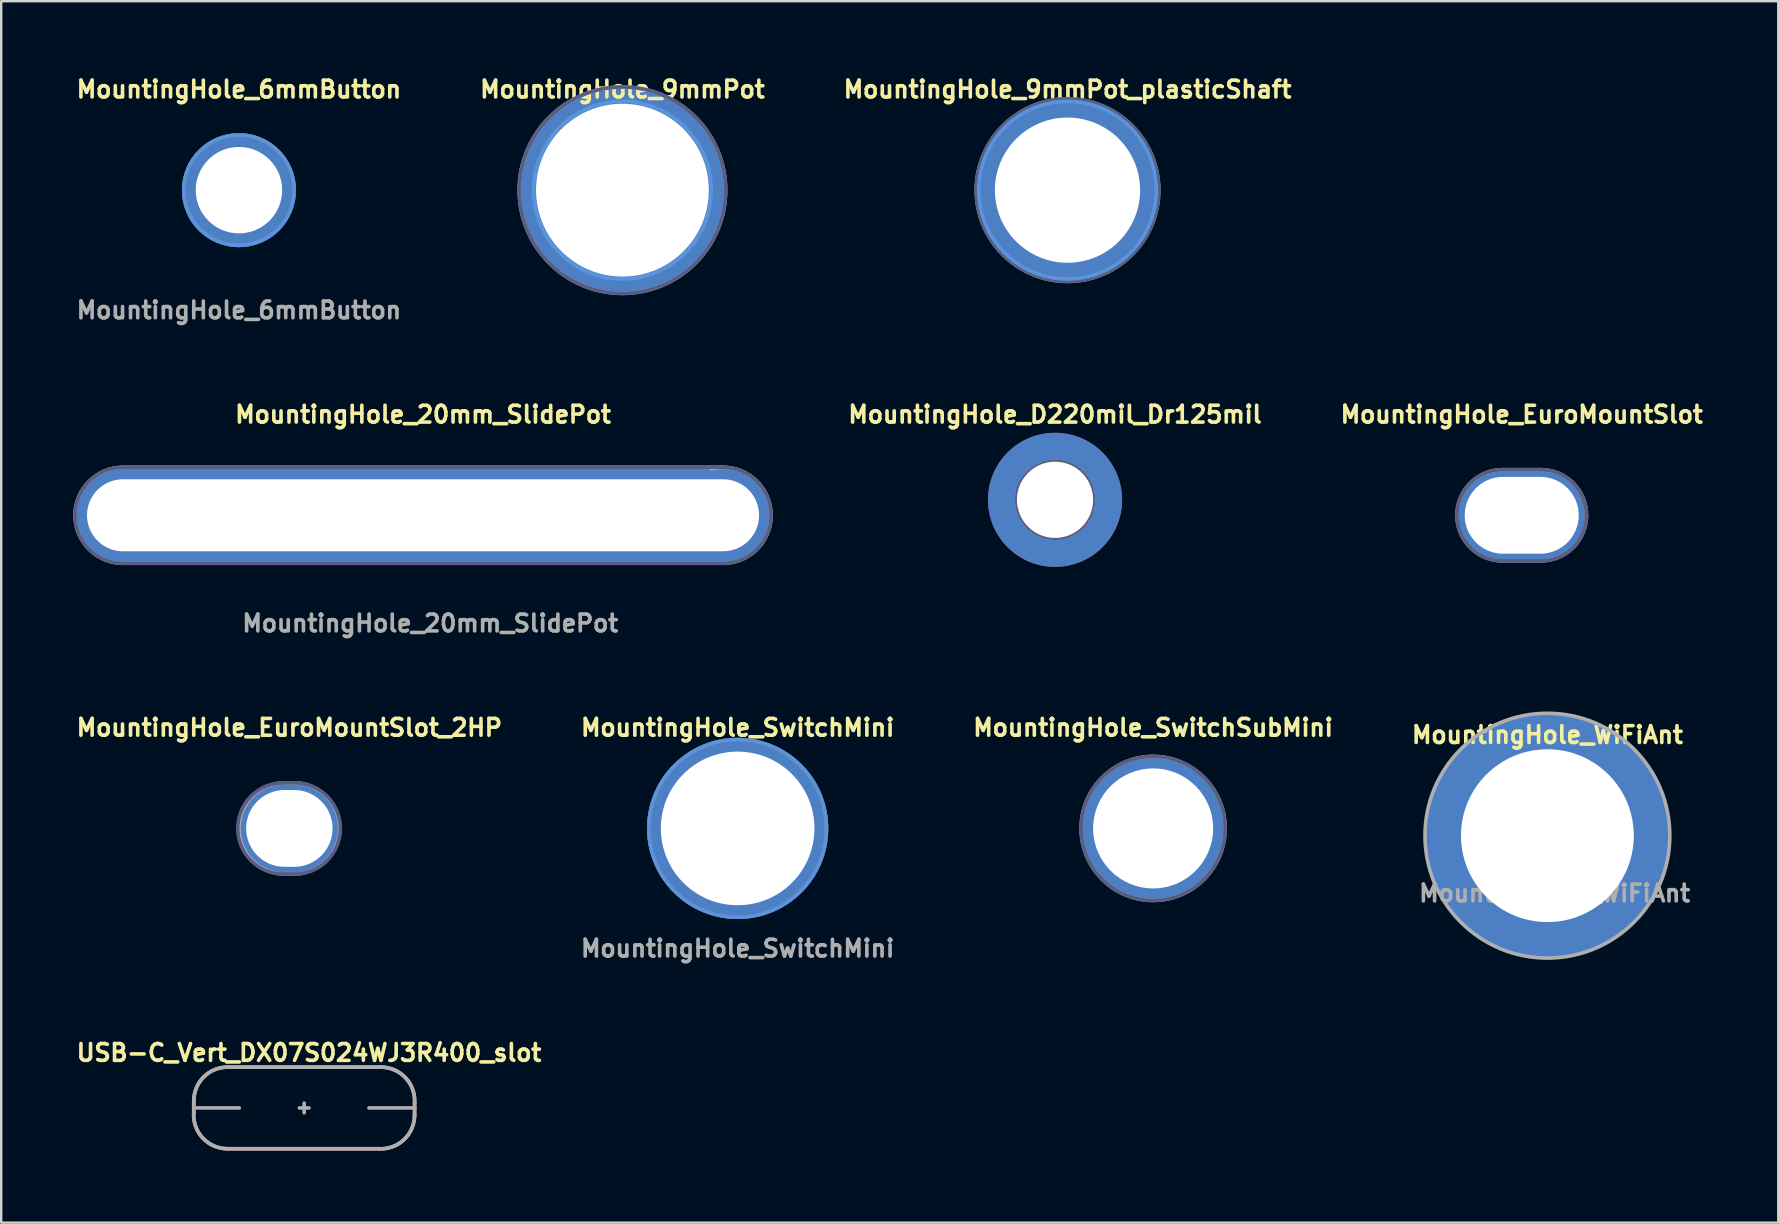
<source format=kicad_pcb>
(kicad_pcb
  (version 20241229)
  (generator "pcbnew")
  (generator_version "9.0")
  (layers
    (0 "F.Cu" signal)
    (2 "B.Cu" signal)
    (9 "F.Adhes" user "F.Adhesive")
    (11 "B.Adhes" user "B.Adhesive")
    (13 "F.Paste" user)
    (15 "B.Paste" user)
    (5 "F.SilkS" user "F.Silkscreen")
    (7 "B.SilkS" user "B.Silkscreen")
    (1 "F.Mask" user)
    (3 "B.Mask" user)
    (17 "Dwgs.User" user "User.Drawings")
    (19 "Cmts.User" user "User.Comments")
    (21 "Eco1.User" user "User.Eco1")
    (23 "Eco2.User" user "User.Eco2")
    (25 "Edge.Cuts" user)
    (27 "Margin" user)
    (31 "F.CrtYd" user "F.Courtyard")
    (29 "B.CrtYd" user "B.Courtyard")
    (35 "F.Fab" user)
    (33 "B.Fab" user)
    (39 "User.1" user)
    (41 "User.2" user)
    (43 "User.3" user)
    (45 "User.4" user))
  (footprint "MountingHole_EuroMountSlot"
    (layer "F.Cu")
    (at 60.348 18.418)
    (property "Reference" "MountingHole_EuroMountSlot" (at 0 -4.2 0) (layer "F.SilkS") (effects (font (size 0.7 0.7) (thickness 0.15))))
    (attr exclude_from_pos_files exclude_from_bom)
    (fp_line (start -1 0) (end 1 0) (stroke (width 0.15) (type solid)) (layer "B.Fab"))
    (fp_line (start -0.8 -1.9) (end 0.8 -1.9) (stroke (width 0.15) (type solid)) (layer "B.Fab"))
    (fp_line (start 0 -1) (end 0 1) (stroke (width 0.15) (type solid)) (layer "B.Fab"))
    (fp_line (start 0.8 1.9) (end -0.9 1.9) (stroke (width 0.15) (type solid)) (layer "B.Fab"))
    (fp_arc (start -0.8 1.9) (mid -2.7 0) (end -0.8 -1.9) (stroke (width 0.15) (type solid)) (layer "B.Fab"))
    (fp_arc (start 0.8 -1.9) (mid 2.7 0) (end 0.8 1.9) (stroke (width 0.15) (type solid)) (layer "B.Fab"))
    (fp_line (start -1 0) (end 1 0) (stroke (width 0.15) (type solid)) (layer "F.Fab"))
    (fp_line (start -0.8 -1.9) (end 0.8 -1.9) (stroke (width 0.15) (type solid)) (layer "F.Fab"))
    (fp_line (start 0 -1) (end 0 1) (stroke (width 0.15) (type solid)) (layer "F.Fab"))
    (fp_line (start 0.8 1.9) (end -0.9 1.9) (stroke (width 0.15) (type solid)) (layer "F.Fab"))
    (fp_arc (start -0.8 1.9) (mid -2.7 0) (end -0.8 -1.9) (stroke (width 0.15) (type solid)) (layer "F.Fab"))
    (fp_arc (start 0.8 -1.9) (mid 2.7 0) (end 0.8 1.9) (stroke (width 0.15) (type solid)) (layer "F.Fab"))
    (pad "1" thru_hole roundrect (at 0 0) (size 5.25 3.7) (drill oval 4.75 3.2) (layers "*.Cu" "*.Mask") (roundrect_rratio 0.5)))
  (footprint "MountingHole_SwitchSubMini"
    (layer "F.Cu")
    (at 44.992 31.464)
    (property "Reference" "MountingHole_SwitchSubMini" (at 0 -4.2 0) (layer "F.SilkS") (effects (font (size 0.7 0.7) (thickness 0.15))))
    (attr exclude_from_pos_files exclude_from_bom)
    (fp_circle (center 0 0) (end 3 0) (stroke (width 0.15) (type solid)) (fill no) (layer "B.Fab"))
    (fp_line (start -1 0) (end 1 0) (stroke (width 0.15) (type solid)) (layer "F.Fab"))
    (fp_line (start 0 -1) (end 0 1) (stroke (width 0.15) (type solid)) (layer "F.Fab"))
    (fp_circle (center 0 0) (end 3 0) (stroke (width 0.15) (type solid)) (fill no) (layer "F.Fab"))
    (pad "1" thru_hole circle (at 0 0) (size 6 6) (drill 5) (layers "*.Cu" "*.Mask")))
  (footprint "MountingHole_9mmPot_plasticShaft"
    (layer "F.Cu")
    (at 41.425 4.873)
    (property "Reference" "MountingHole_9mmPot_plasticShaft" (at 0 -4.2 0) (layer "F.SilkS") (effects (font (size 0.7 0.7) (thickness 0.15))))
    (attr exclude_from_pos_files exclude_from_bom)
    (fp_circle (center 0 0) (end 3.7 0) (stroke (width 0.15) (type solid)) (fill no) (layer "Cmts.User"))
    (fp_circle (center 0 0) (end 3.8 -0.1) (stroke (width 0.15) (type solid)) (fill no) (layer "B.Fab"))
    (fp_line (start -1 0) (end 1 0) (stroke (width 0.15) (type solid)) (layer "F.Fab"))
    (fp_line (start 0 -1) (end 0 1) (stroke (width 0.15) (type solid)) (layer "F.Fab"))
    (fp_circle (center 0 0) (end 3.8 -0.1) (stroke (width 0.15) (type solid)) (fill no) (layer "F.Fab"))
    (pad "1" thru_hole circle (at 0 0) (size 7.5 7.5) (drill 6.05) (layers "*.Cu" "*.Mask")))
  (footprint "MountingHole_D220mil_Dr125mil"
    (layer "F.Cu")
    (at 40.905 17.774)
    (property "Reference" "MountingHole_D220mil_Dr125mil" (at 0 -3.556 0) (layer "F.SilkS") (effects (font (size 0.7 0.7) (thickness 0.15))))
    (attr exclude_from_pos_files exclude_from_bom)
    (fp_line (start 0 -1) (end 0 1) (stroke (width 0.15) (type solid)) (layer "B.Fab"))
    (fp_line (start 1 0) (end -1 0) (stroke (width 0.15) (type solid)) (layer "B.Fab"))
    (fp_circle (center 0 0) (end 1.25 -1) (stroke (width 0.15) (type solid)) (fill no) (layer "B.Fab"))
    (fp_line (start -1 0) (end 1 0) (stroke (width 0.15) (type solid)) (layer "F.Fab"))
    (fp_line (start 0 -1) (end 0 1) (stroke (width 0.15) (type solid)) (layer "F.Fab"))
    (fp_circle (center 0 0) (end 1 -1.25) (stroke (width 0.15) (type solid)) (fill no) (layer "F.Fab"))
    (pad "1" thru_hole circle (at 0 0) (size 5.588 5.588) (drill 3.175) (layers "*.Cu" "*.Mask")))
  (footprint "USB-C_Vert_DX07S024WJ3R400_slot"
    (layer "F.Cu")
    (at 9.622 41.809)
    (property "Reference" "USB-C_Vert_DX07S024WJ3R400_slot" (at 0.2 -1 0) (layer "F.SilkS") (effects (font (size 0.7 0.7) (thickness 0.15))))
    (attr through_hole)
    (fp_line (start -4.6 1) (end -4.6 1.3) (stroke (width 0.15) (type solid)) (layer "B.SilkS"))
    (fp_line (start -4.6 1.3) (end -4.6 1.5) (stroke (width 0.15) (type solid)) (layer "B.SilkS"))
    (fp_line (start -3.2 3) (end 3.1 3) (stroke (width 0.15) (type solid)) (layer "B.SilkS"))
    (fp_line (start 3.2 -0.4) (end -3.2 -0.4) (stroke (width 0.15) (type solid)) (layer "B.SilkS"))
    (fp_line (start 4.6 1.1) (end 4.6 1.3) (stroke (width 0.15) (type solid)) (layer "B.SilkS"))
    (fp_line (start 4.6 1.3) (end 4.6 1.6) (stroke (width 0.15) (type solid)) (layer "B.SilkS"))
    (fp_arc (start -4.596165 0.998953) (mid -4.1871 0.011035) (end -3.2 -0.4) (stroke (width 0.15) (type solid)) (layer "B.SilkS"))
    (fp_arc (start -3.200716 2.999458) (mid -4.22596 2.553579) (end -4.6 1.5) (stroke (width 0.15) (type solid)) (layer "B.SilkS"))
    (fp_arc (start 3.200716 -0.399458) (mid 4.22596 0.046421) (end 4.6 1.1) (stroke (width 0.15) (type solid)) (layer "B.SilkS"))
    (fp_arc (start 4.599458 1.600716) (mid 4.153579 2.62596) (end 3.1 3) (stroke (width 0.15) (type solid)) (layer "B.SilkS"))
    (fp_line (start -4.6 1) (end -4.6 1.3) (stroke (width 0.15) (type solid)) (layer "F.Fab"))
    (fp_line (start -4.6 1.3) (end -4.6 1.5) (stroke (width 0.15) (type solid)) (layer "F.Fab"))
    (fp_line (start -4.6 1.3) (end -2.7 1.3) (stroke (width 0.15) (type solid)) (layer "F.Fab"))
    (fp_line (start -3.2 3) (end 3.1 3) (stroke (width 0.15) (type solid)) (layer "F.Fab"))
    (fp_line (start -0.2 1.3) (end 0.2 1.3) (stroke (width 0.15) (type solid)) (layer "F.Fab"))
    (fp_line (start 0 1.1) (end 0 1.5) (stroke (width 0.15) (type solid)) (layer "F.Fab"))
    (fp_line (start 3.2 -0.4) (end -3.2 -0.4) (stroke (width 0.15) (type solid)) (layer "F.Fab"))
    (fp_line (start 4.6 1.1) (end 4.6 1.3) (stroke (width 0.15) (type solid)) (layer "F.Fab"))
    (fp_line (start 4.6 1.3) (end 2.7 1.3) (stroke (width 0.15) (type solid)) (layer "F.Fab"))
    (fp_line (start 4.6 1.3) (end 4.6 1.6) (stroke (width 0.15) (type solid)) (layer "F.Fab"))
    (fp_arc (start -4.596165 0.998953) (mid -4.1871 0.011035) (end -3.2 -0.4) (stroke (width 0.15) (type solid)) (layer "F.Fab"))
    (fp_arc (start -3.200716 2.999458) (mid -4.22596 2.553579) (end -4.6 1.5) (stroke (width 0.15) (type solid)) (layer "F.Fab"))
    (fp_arc (start 3.200716 -0.399458) (mid 4.22596 0.046421) (end 4.6 1.1) (stroke (width 0.15) (type solid)) (layer "F.Fab"))
    (fp_arc (start 4.599458 1.600716) (mid 4.153579 2.62596) (end 3.1 3) (stroke (width 0.15) (type solid)) (layer "F.Fab")))
  (footprint "MountingHole_9mmPot"
    (layer "F.Cu")
    (at 22.882 4.873)
    (property "Reference" "MountingHole_9mmPot" (at 0 -4.2 0) (layer "F.SilkS") (effects (font (size 0.7 0.7) (thickness 0.15))))
    (attr exclude_from_pos_files exclude_from_bom)
    (fp_circle (center 0 0) (end 3.7 0) (stroke (width 0.15) (type solid)) (fill no) (layer "Cmts.User"))
    (fp_circle (center 0 0) (end 4.3 0) (stroke (width 0.15) (type solid)) (fill no) (layer "B.Fab"))
    (fp_line (start -1 0) (end 1 0) (stroke (width 0.15) (type solid)) (layer "F.Fab"))
    (fp_line (start 0 -1) (end 0 1) (stroke (width 0.15) (type solid)) (layer "F.Fab"))
    (fp_circle (center 0 0) (end 4.3 0) (stroke (width 0.15) (type solid)) (fill no) (layer "F.Fab"))
    (pad "1" thru_hole circle (at 0 0) (size 8.5 8.5) (drill 7.2) (layers "*.Cu" "*.Mask")))
  (footprint "MountingHole_20mm_SlidePot"
    (layer "F.Cu")
    (at 14.575 18.418)
    (property "Reference" "MountingHole_20mm_SlidePot" (at 0 -4.2 0) (layer "F.SilkS") (effects (font (size 0.7 0.7) (thickness 0.15))))
    (attr exclude_from_pos_files exclude_from_bom)
    (fp_line (start -12.5 2) (end 12.5 2) (stroke (width 0.15) (type solid)) (layer "B.Fab"))
    (fp_line (start -0.5 0) (end 0.5 0) (stroke (width 0.15) (type solid)) (layer "B.Fab"))
    (fp_line (start 0 -0.5) (end 0 0.5) (stroke (width 0.15) (type solid)) (layer "B.Fab"))
    (fp_line (start 12.5 -2) (end -12.5 -2) (stroke (width 0.15) (type solid)) (layer "B.Fab"))
    (fp_arc (start -12.5 2) (mid -14.5 0) (end -12.5 -2) (stroke (width 0.15) (type solid)) (layer "B.Fab"))
    (fp_arc (start 12.5 -2) (mid 14.5 0) (end 12.5 2) (stroke (width 0.15) (type solid)) (layer "B.Fab"))
    (fp_line (start -12.5 -2) (end 12.5 -2) (stroke (width 0.15) (type solid)) (layer "F.Fab"))
    (fp_line (start -0.5 0) (end 0.5 0) (stroke (width 0.15) (type solid)) (layer "F.Fab"))
    (fp_line (start 0 -0.5) (end 0 0.5) (stroke (width 0.15) (type solid)) (layer "F.Fab"))
    (fp_line (start 12.5 2) (end -12.5 2) (stroke (width 0.15) (type solid)) (layer "F.Fab"))
    (fp_arc (start -12.5 2) (mid -14.5 0) (end -12.5 -2) (stroke (width 0.15) (type solid)) (layer "F.Fab"))
    (fp_arc (start 12.014929 -1.940285) (mid 14.485015 -0.244366) (end 12.5 2) (stroke (width 0.15) (type solid)) (layer "F.Fab"))
    (fp_text user "${REFERENCE}" (at 0.3 4.5 0) (layer "F.Fab") (effects (font (size 0.7 0.7) (thickness 0.15))))
    (pad "1" thru_hole oval (at 0 0) (size 29 4) (drill oval 28 3) (layers "*.Cu" "*.Mask")))
  (footprint "MountingHole_SwitchMini"
    (layer "F.Cu")
    (at 27.682 31.464)
    (property "Reference" "MountingHole_SwitchMini" (at 0 -4.2 0) (layer "F.SilkS") (effects (font (size 0.7 0.7) (thickness 0.15))))
    (attr exclude_from_pos_files exclude_from_bom)
    (fp_circle (center 0 0) (end 3.7 0) (stroke (width 0.15) (type solid)) (fill no) (layer "Cmts.User"))
    (fp_circle (center 0 0) (end 3.7 0) (stroke (width 0.15) (type solid)) (fill no) (layer "B.Fab"))
    (fp_line (start -1 0) (end 1 0) (stroke (width 0.15) (type solid)) (layer "F.Fab"))
    (fp_line (start 0 -1) (end 0 1) (stroke (width 0.15) (type solid)) (layer "F.Fab"))
    (fp_circle (center 0 0) (end 3.7 0) (stroke (width 0.15) (type solid)) (fill no) (layer "F.Fab"))
    (fp_text user "${REFERENCE}" (at 0 5 0) (layer "F.Fab") (effects (font (size 0.7 0.7) (thickness 0.15))))
    (pad "1" thru_hole circle (at 0 0) (size 7.4 7.4) (drill 6.4) (layers "*.Cu" "*.Mask")))
  (footprint "MountingHole_WiFiAnt"
    (layer "F.Cu")
    (at 61.418 31.766)
    (property "Reference" "MountingHole_WiFiAnt" (at 0 -4.2 0) (layer "F.SilkS") (effects (font (size 0.7 0.7) (thickness 0.15))))
    (attr exclude_from_pos_files exclude_from_bom)
    (fp_circle (center 0 0) (end 3.2 0) (stroke (width 0.15) (type solid)) (fill no) (layer "Cmts.User"))
    (fp_line (start -1 0) (end 1 0) (stroke (width 0.15) (type solid)) (layer "F.Fab"))
    (fp_line (start 0 -1) (end 0 1) (stroke (width 0.15) (type solid)) (layer "F.Fab"))
    (fp_circle (center 0 0) (end 3.2 0) (stroke (width 0.15) (type solid)) (fill no) (layer "F.Fab"))
    (fp_circle (center 0 0) (end 5.1 0) (stroke (width 0.15) (type solid)) (fill no) (layer "F.Fab"))
    (fp_text user "${REFERENCE}" (at 0.3 2.4 0) (layer "F.Fab") (effects (font (size 0.7 0.7) (thickness 0.15))))
    (pad "1" thru_hole circle (at 0 0) (size 10.2 10.2) (drill 7.2) (layers "*.Cu" "*.Mask")))
  (footprint "MountingHole_EuroMountSlot_2HP"
    (layer "F.Cu")
    (at 9.005 31.464)
    (property "Reference" "MountingHole_EuroMountSlot_2HP" (at 0 -4.2 0) (layer "F.SilkS") (effects (font (size 0.7 0.7) (thickness 0.15))))
    (attr exclude_from_pos_files exclude_from_bom)
    (fp_line (start -1 0) (end 1 0) (stroke (width 0.15) (type solid)) (layer "B.Fab"))
    (fp_line (start -0.3 -1.9) (end 0.25 -1.9) (stroke (width 0.15) (type solid)) (layer "B.Fab"))
    (fp_line (start 0 -1) (end 0 1) (stroke (width 0.15) (type solid)) (layer "B.Fab"))
    (fp_line (start 0.225 1.9) (end -0.25 1.9) (stroke (width 0.15) (type solid)) (layer "B.Fab"))
    (fp_arc (start -0.25 1.9) (mid -2.15 0) (end -0.25 -1.9) (stroke (width 0.15) (type solid)) (layer "B.Fab"))
    (fp_arc (start 0.225 -1.9) (mid 2.125 0) (end 0.225 1.9) (stroke (width 0.15) (type solid)) (layer "B.Fab"))
    (fp_line (start -1 0) (end 1 0) (stroke (width 0.15) (type solid)) (layer "F.Fab"))
    (fp_line (start -0.225 -1.9) (end 0.25 -1.9) (stroke (width 0.15) (type solid)) (layer "F.Fab"))
    (fp_line (start 0 -1) (end 0 1) (stroke (width 0.15) (type solid)) (layer "F.Fab"))
    (fp_line (start 0.225 1.9) (end -0.225 1.9) (stroke (width 0.15) (type solid)) (layer "F.Fab"))
    (fp_arc (start -0.2 1.9) (mid -2.1 0) (end -0.2 -1.9) (stroke (width 0.15) (type solid)) (layer "F.Fab"))
    (fp_arc (start 0.2 -1.9) (mid 2.1 0) (end 0.2 1.9) (stroke (width 0.15) (type solid)) (layer "F.Fab"))
    (pad "1" thru_hole roundrect (at 0 0) (size 4.1 3.7) (drill oval 3.6 3.2) (layers "*.Cu" "*.Mask") (roundrect_rratio 0.5)))
  (footprint "MountingHole_6mmButton"
    (layer "F.Cu")
    (at 6.905 4.873)
    (property "Reference" "MountingHole_6mmButton" (at 0 -4.2 0) (layer "F.SilkS") (effects (font (size 0.7 0.7) (thickness 0.15))))
    (attr exclude_from_pos_files exclude_from_bom)
    (fp_circle (center 0 0) (end 2.3 0) (stroke (width 0.15) (type solid)) (fill no) (layer "Cmts.User"))
    (fp_circle (center 0 0) (end 2.3 0) (stroke (width 0.15) (type solid)) (fill no) (layer "B.Fab"))
    (fp_line (start -1 0) (end 1 0) (stroke (width 0.15) (type solid)) (layer "F.Fab"))
    (fp_line (start 0 -1) (end 0 1) (stroke (width 0.15) (type solid)) (layer "F.Fab"))
    (fp_circle (center 0 0) (end 2.3 0) (stroke (width 0.15) (type solid)) (fill no) (layer "F.Fab"))
    (fp_text user "${REFERENCE}" (at 0 5 0) (layer "F.Fab") (effects (font (size 0.7 0.7) (thickness 0.15))))
    (pad "1" thru_hole circle (at 0 0) (size 4.5 4.5) (drill 3.6) (layers "*.Cu" "*.Mask")))
  (gr_rect
    (start -3 -3)
    (end 71.037 47.888)
    (stroke (width 0.1) (type default))
    (fill no)
    (layer "Edge.Cuts")))
</source>
